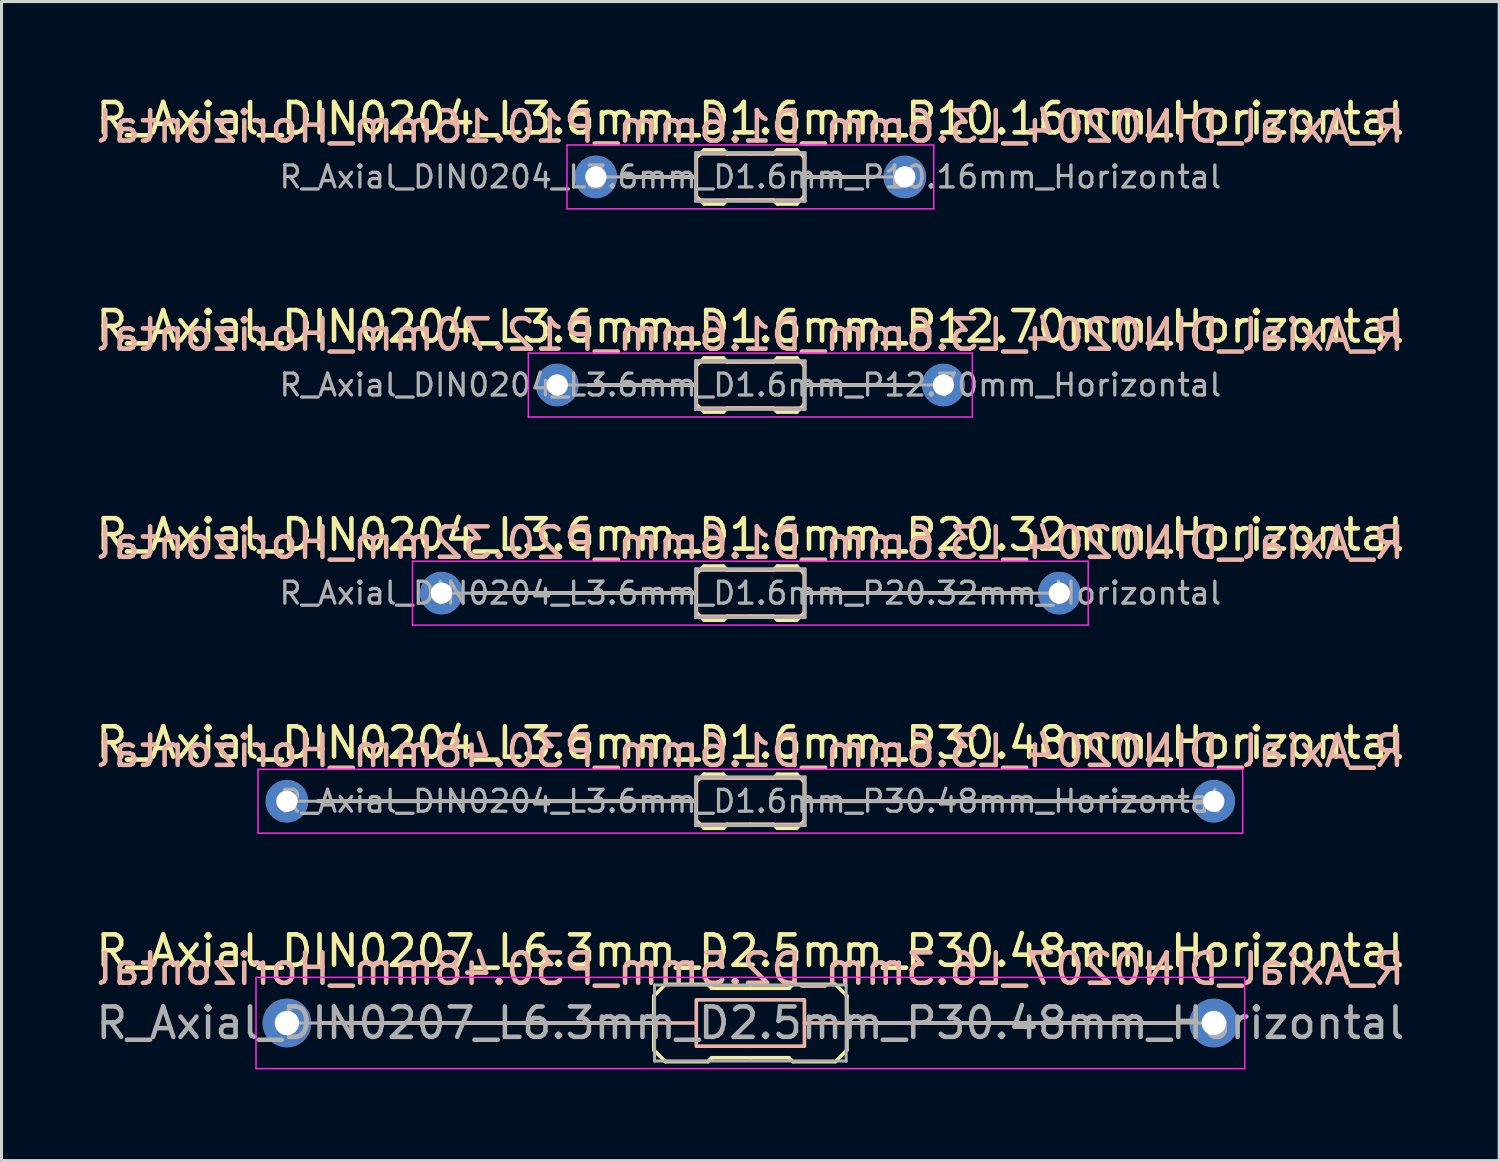
<source format=kicad_pcb>
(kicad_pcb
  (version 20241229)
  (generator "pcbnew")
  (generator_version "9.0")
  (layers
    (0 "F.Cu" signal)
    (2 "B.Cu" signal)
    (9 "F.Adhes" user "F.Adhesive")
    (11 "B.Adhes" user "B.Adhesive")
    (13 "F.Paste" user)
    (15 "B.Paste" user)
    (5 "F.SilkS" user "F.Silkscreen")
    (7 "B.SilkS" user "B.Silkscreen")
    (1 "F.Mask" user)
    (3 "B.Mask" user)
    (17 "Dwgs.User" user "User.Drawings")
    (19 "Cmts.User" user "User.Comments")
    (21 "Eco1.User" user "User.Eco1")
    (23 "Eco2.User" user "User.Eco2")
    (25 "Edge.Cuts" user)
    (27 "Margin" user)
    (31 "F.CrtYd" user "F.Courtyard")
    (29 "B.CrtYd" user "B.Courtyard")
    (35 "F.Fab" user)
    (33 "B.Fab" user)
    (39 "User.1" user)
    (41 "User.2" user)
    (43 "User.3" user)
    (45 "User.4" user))
  (footprint "R_Axial_DIN0204_L3.6mm_D1.6mm_P12.70mm_Horizontal"
    (layer "F.Cu")
    (at 15.275 9.611)
    (property "Reference" "R_Axial_DIN0204_L3.6mm_D1.6mm_P12.70mm_Horizontal" (at 6.35 -1.92 0) (layer "F.SilkS") (effects (font (size 1 1) (thickness 0.15))))
    (fp_line (start 1.016 0) (end 4.43 0) (stroke (width 0.12) (type solid)) (layer "F.SilkS"))
    (fp_line (start 4.43 0) (end 4.572 0) (stroke (width 0.12) (type solid)) (layer "F.SilkS"))
    (fp_line (start 4.572 -0.635) (end 4.826 -0.889) (stroke (width 0.12) (type solid)) (layer "F.SilkS"))
    (fp_line (start 4.572 0.635) (end 4.572 -0.635) (stroke (width 0.12) (type solid)) (layer "F.SilkS"))
    (fp_line (start 4.572 0.635) (end 4.826 0.889) (stroke (width 0.12) (type solid)) (layer "F.SilkS"))
    (fp_line (start 4.826 -0.889) (end 5.461 -0.889) (stroke (width 0.12) (type solid)) (layer "F.SilkS"))
    (fp_line (start 4.826 0.889) (end 5.461 0.889) (stroke (width 0.12) (type solid)) (layer "F.SilkS"))
    (fp_line (start 5.461 -0.889) (end 5.588 -0.762) (stroke (width 0.12) (type solid)) (layer "F.SilkS"))
    (fp_line (start 5.461 0.889) (end 5.588 0.762) (stroke (width 0.12) (type solid)) (layer "F.SilkS"))
    (fp_line (start 5.588 -0.762) (end 6.35 -0.762) (stroke (width 0.12) (type solid)) (layer "F.SilkS"))
    (fp_line (start 5.588 0.762) (end 6.35 0.762) (stroke (width 0.12) (type solid)) (layer "F.SilkS"))
    (fp_line (start 7.112 -0.762) (end 6.35 -0.762) (stroke (width 0.12) (type solid)) (layer "F.SilkS"))
    (fp_line (start 7.112 0.762) (end 6.35 0.762) (stroke (width 0.12) (type solid)) (layer "F.SilkS"))
    (fp_line (start 7.239 -0.889) (end 7.112 -0.762) (stroke (width 0.12) (type solid)) (layer "F.SilkS"))
    (fp_line (start 7.239 0.889) (end 7.112 0.762) (stroke (width 0.12) (type solid)) (layer "F.SilkS"))
    (fp_line (start 7.874 -0.889) (end 7.239 -0.889) (stroke (width 0.12) (type solid)) (layer "F.SilkS"))
    (fp_line (start 7.874 0.889) (end 7.239 0.889) (stroke (width 0.12) (type solid)) (layer "F.SilkS"))
    (fp_line (start 8.128 -0.635) (end 7.874 -0.889) (stroke (width 0.12) (type solid)) (layer "F.SilkS"))
    (fp_line (start 8.128 -0.635) (end 8.128 0.635) (stroke (width 0.12) (type solid)) (layer "F.SilkS"))
    (fp_line (start 8.128 0.635) (end 7.874 0.889) (stroke (width 0.12) (type solid)) (layer "F.SilkS"))
    (fp_line (start 8.255 0) (end 8.128 0) (stroke (width 0.12) (type solid)) (layer "F.SilkS"))
    (fp_line (start 11.684 0) (end 8.27 0) (stroke (width 0.12) (type solid)) (layer "F.SilkS"))
    (fp_line (start 4.572 0) (end 1.016 0) (stroke (width 0.12) (type solid)) (layer "B.SilkS"))
    (fp_line (start 8.128 0) (end 11.684 0) (stroke (width 0.12) (type solid)) (layer "B.SilkS"))
    (fp_rect (start 4.572 -0.762) (end 8.128 0.762) (stroke (width 0.12) (type solid)) (fill no) (layer "B.SilkS"))
    (fp_line (start -0.95 -1.05) (end -0.95 1.05) (stroke (width 0.05) (type solid)) (layer "F.CrtYd"))
    (fp_line (start -0.95 1.05) (end 13.65 1.05) (stroke (width 0.05) (type solid)) (layer "F.CrtYd"))
    (fp_line (start 13.65 -1.05) (end -0.95 -1.05) (stroke (width 0.05) (type solid)) (layer "F.CrtYd"))
    (fp_line (start 13.65 1.05) (end 13.65 -1.05) (stroke (width 0.05) (type solid)) (layer "F.CrtYd"))
    (fp_line (start 0 0) (end 4.572 0) (stroke (width 0.1) (type solid)) (layer "F.Fab"))
    (fp_line (start 4.55 -0.8) (end 4.55 0.8) (stroke (width 0.1) (type solid)) (layer "F.Fab"))
    (fp_line (start 4.55 0.8) (end 8.15 0.8) (stroke (width 0.1) (type solid)) (layer "F.Fab"))
    (fp_line (start 8.15 -0.8) (end 4.55 -0.8) (stroke (width 0.1) (type solid)) (layer "F.Fab"))
    (fp_line (start 8.15 0.8) (end 8.15 -0.8) (stroke (width 0.1) (type solid)) (layer "F.Fab"))
    (fp_line (start 12.7 0) (end 8.15 0) (stroke (width 0.1) (type solid)) (layer "F.Fab"))
    (fp_text user "${REFERENCE}" (at 6.35 -1.651 0) (layer "B.SilkS") (effects (font (size 1 1) (thickness 0.15)) (justify mirror)))
    (fp_text user "${REFERENCE}" (at 6.35 0 0) (layer "F.Fab") (effects (font (size 0.72 0.72) (thickness 0.108))))
    (pad "1" thru_hole circle (at 0 0) (size 1.4 1.4) (drill 0.7) (layers "*.Cu" "*.Mask"))
    (pad "2" thru_hole oval (at 12.7 0) (size 1.4 1.4) (drill 0.7) (layers "*.Cu" "*.Mask")))
  (footprint "R_Axial_DIN0204_L3.6mm_D1.6mm_P10.16mm_Horizontal"
    (layer "F.Cu")
    (at 16.545 2.768)
    (property "Reference" "R_Axial_DIN0204_L3.6mm_D1.6mm_P10.16mm_Horizontal" (at 5.08 -1.92 0) (layer "F.SilkS") (effects (font (size 1 1) (thickness 0.15))))
    (fp_line (start 1.016 0) (end 3.16 0) (stroke (width 0.12) (type solid)) (layer "F.SilkS"))
    (fp_line (start 3.16 0) (end 3.302 0) (stroke (width 0.12) (type solid)) (layer "F.SilkS"))
    (fp_line (start 3.302 -0.635) (end 3.556 -0.889) (stroke (width 0.12) (type solid)) (layer "F.SilkS"))
    (fp_line (start 3.302 0.635) (end 3.302 -0.635) (stroke (width 0.12) (type solid)) (layer "F.SilkS"))
    (fp_line (start 3.302 0.635) (end 3.556 0.889) (stroke (width 0.12) (type solid)) (layer "F.SilkS"))
    (fp_line (start 3.556 -0.889) (end 4.191 -0.889) (stroke (width 0.12) (type solid)) (layer "F.SilkS"))
    (fp_line (start 3.556 0.889) (end 4.191 0.889) (stroke (width 0.12) (type solid)) (layer "F.SilkS"))
    (fp_line (start 4.191 -0.889) (end 4.318 -0.762) (stroke (width 0.12) (type solid)) (layer "F.SilkS"))
    (fp_line (start 4.191 0.889) (end 4.318 0.762) (stroke (width 0.12) (type solid)) (layer "F.SilkS"))
    (fp_line (start 4.318 -0.762) (end 5.08 -0.762) (stroke (width 0.12) (type solid)) (layer "F.SilkS"))
    (fp_line (start 4.318 0.762) (end 5.08 0.762) (stroke (width 0.12) (type solid)) (layer "F.SilkS"))
    (fp_line (start 5.842 -0.762) (end 5.08 -0.762) (stroke (width 0.12) (type solid)) (layer "F.SilkS"))
    (fp_line (start 5.842 0.762) (end 5.08 0.762) (stroke (width 0.12) (type solid)) (layer "F.SilkS"))
    (fp_line (start 5.969 -0.889) (end 5.842 -0.762) (stroke (width 0.12) (type solid)) (layer "F.SilkS"))
    (fp_line (start 5.969 0.889) (end 5.842 0.762) (stroke (width 0.12) (type solid)) (layer "F.SilkS"))
    (fp_line (start 6.604 -0.889) (end 5.969 -0.889) (stroke (width 0.12) (type solid)) (layer "F.SilkS"))
    (fp_line (start 6.604 0.889) (end 5.969 0.889) (stroke (width 0.12) (type solid)) (layer "F.SilkS"))
    (fp_line (start 6.858 -0.635) (end 6.604 -0.889) (stroke (width 0.12) (type solid)) (layer "F.SilkS"))
    (fp_line (start 6.858 -0.635) (end 6.858 0.635) (stroke (width 0.12) (type solid)) (layer "F.SilkS"))
    (fp_line (start 6.858 0.635) (end 6.604 0.889) (stroke (width 0.12) (type solid)) (layer "F.SilkS"))
    (fp_line (start 6.985 0) (end 6.858 0) (stroke (width 0.12) (type solid)) (layer "F.SilkS"))
    (fp_line (start 9.144 0) (end 7 0) (stroke (width 0.12) (type solid)) (layer "F.SilkS"))
    (fp_line (start 3.302 0) (end 1.016 0) (stroke (width 0.12) (type solid)) (layer "B.SilkS"))
    (fp_line (start 6.858 0) (end 9.144 0) (stroke (width 0.12) (type solid)) (layer "B.SilkS"))
    (fp_rect (start 3.302 -0.762) (end 6.858 0.762) (stroke (width 0.12) (type solid)) (fill no) (layer "B.SilkS"))
    (fp_line (start -0.95 -1.05) (end -0.95 1.05) (stroke (width 0.05) (type solid)) (layer "F.CrtYd"))
    (fp_line (start -0.95 1.05) (end 11.11 1.05) (stroke (width 0.05) (type solid)) (layer "F.CrtYd"))
    (fp_line (start 11.11 -1.05) (end -0.95 -1.05) (stroke (width 0.05) (type solid)) (layer "F.CrtYd"))
    (fp_line (start 11.11 1.05) (end 11.11 -1.05) (stroke (width 0.05) (type solid)) (layer "F.CrtYd"))
    (fp_line (start 0 0) (end 3.302 0) (stroke (width 0.1) (type solid)) (layer "F.Fab"))
    (fp_line (start 3.28 -0.8) (end 3.28 0.8) (stroke (width 0.1) (type solid)) (layer "F.Fab"))
    (fp_line (start 3.28 0.8) (end 6.88 0.8) (stroke (width 0.1) (type solid)) (layer "F.Fab"))
    (fp_line (start 6.88 -0.8) (end 3.28 -0.8) (stroke (width 0.1) (type solid)) (layer "F.Fab"))
    (fp_line (start 6.88 0.8) (end 6.88 -0.8) (stroke (width 0.1) (type solid)) (layer "F.Fab"))
    (fp_line (start 10.16 0) (end 6.88 0) (stroke (width 0.1) (type solid)) (layer "F.Fab"))
    (fp_text user "${REFERENCE}" (at 5.08 -1.651 0) (layer "B.SilkS") (effects (font (size 1 1) (thickness 0.15)) (justify mirror)))
    (fp_text user "${REFERENCE}" (at 5.08 0 0) (layer "F.Fab") (effects (font (size 0.72 0.72) (thickness 0.108))))
    (pad "1" thru_hole circle (at 0 0) (size 1.4 1.4) (drill 0.7) (layers "*.Cu" "*.Mask"))
    (pad "2" thru_hole oval (at 10.16 0) (size 1.4 1.4) (drill 0.7) (layers "*.Cu" "*.Mask")))
  (footprint "R_Axial_DIN0204_L3.6mm_D1.6mm_P20.32mm_Horizontal"
    (layer "F.Cu")
    (at 11.465 16.455)
    (property "Reference" "R_Axial_DIN0204_L3.6mm_D1.6mm_P20.32mm_Horizontal" (at 10.16 -1.92 0) (layer "F.SilkS") (effects (font (size 1 1) (thickness 0.15))))
    (fp_line (start 1.016 0) (end 8.24 0) (stroke (width 0.12) (type solid)) (layer "F.SilkS"))
    (fp_line (start 8.24 0) (end 8.382 0) (stroke (width 0.12) (type solid)) (layer "F.SilkS"))
    (fp_line (start 8.382 -0.635) (end 8.636 -0.889) (stroke (width 0.12) (type solid)) (layer "F.SilkS"))
    (fp_line (start 8.382 0.635) (end 8.382 -0.635) (stroke (width 0.12) (type solid)) (layer "F.SilkS"))
    (fp_line (start 8.382 0.635) (end 8.636 0.889) (stroke (width 0.12) (type solid)) (layer "F.SilkS"))
    (fp_line (start 8.636 -0.889) (end 9.271 -0.889) (stroke (width 0.12) (type solid)) (layer "F.SilkS"))
    (fp_line (start 8.636 0.889) (end 9.271 0.889) (stroke (width 0.12) (type solid)) (layer "F.SilkS"))
    (fp_line (start 9.271 -0.889) (end 9.398 -0.762) (stroke (width 0.12) (type solid)) (layer "F.SilkS"))
    (fp_line (start 9.271 0.889) (end 9.398 0.762) (stroke (width 0.12) (type solid)) (layer "F.SilkS"))
    (fp_line (start 9.398 -0.762) (end 10.16 -0.762) (stroke (width 0.12) (type solid)) (layer "F.SilkS"))
    (fp_line (start 9.398 0.762) (end 10.16 0.762) (stroke (width 0.12) (type solid)) (layer "F.SilkS"))
    (fp_line (start 10.922 -0.762) (end 10.16 -0.762) (stroke (width 0.12) (type solid)) (layer "F.SilkS"))
    (fp_line (start 10.922 0.762) (end 10.16 0.762) (stroke (width 0.12) (type solid)) (layer "F.SilkS"))
    (fp_line (start 11.049 -0.889) (end 10.922 -0.762) (stroke (width 0.12) (type solid)) (layer "F.SilkS"))
    (fp_line (start 11.049 0.889) (end 10.922 0.762) (stroke (width 0.12) (type solid)) (layer "F.SilkS"))
    (fp_line (start 11.684 -0.889) (end 11.049 -0.889) (stroke (width 0.12) (type solid)) (layer "F.SilkS"))
    (fp_line (start 11.684 0.889) (end 11.049 0.889) (stroke (width 0.12) (type solid)) (layer "F.SilkS"))
    (fp_line (start 11.938 -0.635) (end 11.684 -0.889) (stroke (width 0.12) (type solid)) (layer "F.SilkS"))
    (fp_line (start 11.938 -0.635) (end 11.938 0.635) (stroke (width 0.12) (type solid)) (layer "F.SilkS"))
    (fp_line (start 11.938 0.635) (end 11.684 0.889) (stroke (width 0.12) (type solid)) (layer "F.SilkS"))
    (fp_line (start 12.065 0) (end 11.938 0) (stroke (width 0.12) (type solid)) (layer "F.SilkS"))
    (fp_line (start 19.304 0) (end 12.08 0) (stroke (width 0.12) (type solid)) (layer "F.SilkS"))
    (fp_line (start 8.382 0) (end 1.016 0) (stroke (width 0.12) (type solid)) (layer "B.SilkS"))
    (fp_line (start 11.938 0) (end 19.304 0) (stroke (width 0.12) (type solid)) (layer "B.SilkS"))
    (fp_rect (start 8.382 -0.762) (end 11.938 0.762) (stroke (width 0.12) (type solid)) (fill no) (layer "B.SilkS"))
    (fp_line (start -0.95 -1.05) (end -0.95 1.05) (stroke (width 0.05) (type solid)) (layer "F.CrtYd"))
    (fp_line (start -0.95 1.05) (end 21.27 1.05) (stroke (width 0.05) (type solid)) (layer "F.CrtYd"))
    (fp_line (start 21.27 -1.05) (end -0.95 -1.05) (stroke (width 0.05) (type solid)) (layer "F.CrtYd"))
    (fp_line (start 21.27 1.05) (end 21.27 -1.05) (stroke (width 0.05) (type solid)) (layer "F.CrtYd"))
    (fp_line (start 0 0) (end 8.382 0) (stroke (width 0.1) (type solid)) (layer "F.Fab"))
    (fp_line (start 8.36 -0.8) (end 8.36 0.8) (stroke (width 0.1) (type solid)) (layer "F.Fab"))
    (fp_line (start 8.36 0.8) (end 11.96 0.8) (stroke (width 0.1) (type solid)) (layer "F.Fab"))
    (fp_line (start 11.96 -0.8) (end 8.36 -0.8) (stroke (width 0.1) (type solid)) (layer "F.Fab"))
    (fp_line (start 11.96 0.8) (end 11.96 -0.8) (stroke (width 0.1) (type solid)) (layer "F.Fab"))
    (fp_line (start 20.32 0) (end 11.96 0) (stroke (width 0.1) (type solid)) (layer "F.Fab"))
    (fp_text user "${REFERENCE}" (at 10.16 -1.651 0) (layer "B.SilkS") (effects (font (size 1 1) (thickness 0.15)) (justify mirror)))
    (fp_text user "${REFERENCE}" (at 10.16 0 0) (layer "F.Fab") (effects (font (size 0.72 0.72) (thickness 0.108))))
    (pad "1" thru_hole circle (at 0 0) (size 1.4 1.4) (drill 0.7) (layers "*.Cu" "*.Mask"))
    (pad "2" thru_hole oval (at 20.32 0) (size 1.4 1.4) (drill 0.7) (layers "*.Cu" "*.Mask")))
  (footprint "R_Axial_DIN0207_L6.3mm_D2.5mm_P30.48mm_Horizontal"
    (layer "F.Cu")
    (at 14.005 30.591)
    (property "Reference" "R_Axial_DIN0207_L6.3mm_D2.5mm_P30.48mm_Horizontal" (at 7.62 -2.37 0) (layer "F.SilkS") (effects (font (size 1 1) (thickness 0.15))))
    (fp_line (start 4.445 -0.889) (end 4.445 0.889) (stroke (width 0.12) (type solid)) (layer "F.SilkS"))
    (fp_line (start 4.445 -0.889) (end 4.826 -1.27) (stroke (width 0.12) (type solid)) (layer "F.SilkS"))
    (fp_line (start 4.445 0) (end -6.477 0) (stroke (width 0.12) (type solid)) (layer "F.SilkS"))
    (fp_line (start 4.445 0.889) (end 4.826 1.27) (stroke (width 0.12) (type solid)) (layer "F.SilkS"))
    (fp_line (start 4.826 -1.27) (end 6.223 -1.27) (stroke (width 0.12) (type solid)) (layer "F.SilkS"))
    (fp_line (start 4.826 1.27) (end 6.223 1.27) (stroke (width 0.12) (type solid)) (layer "F.SilkS"))
    (fp_line (start 6.223 -1.27) (end 6.35 -1.143) (stroke (width 0.12) (type solid)) (layer "F.SilkS"))
    (fp_line (start 6.223 1.27) (end 6.35 1.143) (stroke (width 0.12) (type solid)) (layer "F.SilkS"))
    (fp_line (start 6.35 -1.143) (end 7.62 -1.143) (stroke (width 0.12) (type solid)) (layer "F.SilkS"))
    (fp_line (start 6.35 1.143) (end 7.62 1.143) (stroke (width 0.12) (type solid)) (layer "F.SilkS"))
    (fp_line (start 8.89 -1.143) (end 7.62 -1.143) (stroke (width 0.12) (type solid)) (layer "F.SilkS"))
    (fp_line (start 8.89 1.143) (end 7.62 1.143) (stroke (width 0.12) (type solid)) (layer "F.SilkS"))
    (fp_line (start 9.017 -1.27) (end 8.89 -1.143) (stroke (width 0.12) (type solid)) (layer "F.SilkS"))
    (fp_line (start 9.017 1.27) (end 8.89 1.143) (stroke (width 0.12) (type solid)) (layer "F.SilkS"))
    (fp_line (start 10.414 -1.27) (end 9.017 -1.27) (stroke (width 0.12) (type solid)) (layer "F.SilkS"))
    (fp_line (start 10.414 1.27) (end 9.017 1.27) (stroke (width 0.12) (type solid)) (layer "F.SilkS"))
    (fp_line (start 10.795 -0.889) (end 10.414 -1.27) (stroke (width 0.12) (type solid)) (layer "F.SilkS"))
    (fp_line (start 10.795 -0.889) (end 10.795 0.889) (stroke (width 0.12) (type solid)) (layer "F.SilkS"))
    (fp_line (start 10.795 0) (end 21.717 0) (stroke (width 0.12) (type solid)) (layer "F.SilkS"))
    (fp_line (start 10.795 0.889) (end 10.414 1.27) (stroke (width 0.12) (type solid)) (layer "F.SilkS"))
    (fp_line (start 5.842 0) (end -6.477 0) (stroke (width 0.12) (type solid)) (layer "B.SilkS"))
    (fp_line (start 9.398 0) (end 21.717 0) (stroke (width 0.12) (type solid)) (layer "B.SilkS"))
    (fp_rect (start 5.842 -0.762) (end 9.398 0.762) (stroke (width 0.12) (type solid)) (fill no) (layer "B.SilkS"))
    (fp_line (start -8.636 -1.5) (end -8.636 1.5) (stroke (width 0.05) (type solid)) (layer "F.CrtYd"))
    (fp_line (start -8.636 1.5) (end 23.876 1.5) (stroke (width 0.05) (type solid)) (layer "F.CrtYd"))
    (fp_line (start 23.876 -1.5) (end -8.636 -1.5) (stroke (width 0.05) (type solid)) (layer "F.CrtYd"))
    (fp_line (start 23.876 1.5) (end 23.876 -1.5) (stroke (width 0.05) (type solid)) (layer "F.CrtYd"))
    (fp_line (start -7.62 0) (end 4.47 0) (stroke (width 0.1) (type solid)) (layer "F.Fab"))
    (fp_line (start 4.47 -1.25) (end 4.47 1.25) (stroke (width 0.1) (type solid)) (layer "F.Fab"))
    (fp_line (start 4.47 1.25) (end 10.77 1.25) (stroke (width 0.1) (type solid)) (layer "F.Fab"))
    (fp_line (start 10.77 -1.25) (end 4.47 -1.25) (stroke (width 0.1) (type solid)) (layer "F.Fab"))
    (fp_line (start 10.77 1.25) (end 10.77 -1.25) (stroke (width 0.1) (type solid)) (layer "F.Fab"))
    (fp_line (start 22.86 0) (end 10.77 0) (stroke (width 0.1) (type solid)) (layer "F.Fab"))
    (fp_text user "${REFERENCE}" (at 7.62 -1.778 0) (layer "B.SilkS") (effects (font (size 1 1) (thickness 0.15)) (justify mirror)))
    (fp_text user "${REFERENCE}" (at 7.62 0 0) (layer "F.Fab") (effects (font (size 1 1) (thickness 0.15))))
    (pad "1" thru_hole circle (at -7.62 0) (size 1.6 1.6) (drill 0.8) (layers "*.Cu" "*.Mask"))
    (pad "2" thru_hole oval (at 22.86 0) (size 1.6 1.6) (drill 0.8) (layers "*.Cu" "*.Mask")))
  (footprint "R_Axial_DIN0204_L3.6mm_D1.6mm_P30.48mm_Horizontal"
    (layer "F.Cu")
    (at 6.385 23.298)
    (property "Reference" "R_Axial_DIN0204_L3.6mm_D1.6mm_P30.48mm_Horizontal" (at 15.24 -1.92 0) (layer "F.SilkS") (effects (font (size 1 1) (thickness 0.15))))
    (fp_line (start 1.016 0) (end 13.32 0) (stroke (width 0.12) (type solid)) (layer "F.SilkS"))
    (fp_line (start 13.32 0) (end 13.462 0) (stroke (width 0.12) (type solid)) (layer "F.SilkS"))
    (fp_line (start 13.462 -0.635) (end 13.716 -0.889) (stroke (width 0.12) (type solid)) (layer "F.SilkS"))
    (fp_line (start 13.462 0.635) (end 13.462 -0.635) (stroke (width 0.12) (type solid)) (layer "F.SilkS"))
    (fp_line (start 13.462 0.635) (end 13.716 0.889) (stroke (width 0.12) (type solid)) (layer "F.SilkS"))
    (fp_line (start 13.716 -0.889) (end 14.351 -0.889) (stroke (width 0.12) (type solid)) (layer "F.SilkS"))
    (fp_line (start 13.716 0.889) (end 14.351 0.889) (stroke (width 0.12) (type solid)) (layer "F.SilkS"))
    (fp_line (start 14.351 -0.889) (end 14.478 -0.762) (stroke (width 0.12) (type solid)) (layer "F.SilkS"))
    (fp_line (start 14.351 0.889) (end 14.478 0.762) (stroke (width 0.12) (type solid)) (layer "F.SilkS"))
    (fp_line (start 14.478 -0.762) (end 15.24 -0.762) (stroke (width 0.12) (type solid)) (layer "F.SilkS"))
    (fp_line (start 14.478 0.762) (end 15.24 0.762) (stroke (width 0.12) (type solid)) (layer "F.SilkS"))
    (fp_line (start 16.002 -0.762) (end 15.24 -0.762) (stroke (width 0.12) (type solid)) (layer "F.SilkS"))
    (fp_line (start 16.002 0.762) (end 15.24 0.762) (stroke (width 0.12) (type solid)) (layer "F.SilkS"))
    (fp_line (start 16.129 -0.889) (end 16.002 -0.762) (stroke (width 0.12) (type solid)) (layer "F.SilkS"))
    (fp_line (start 16.129 0.889) (end 16.002 0.762) (stroke (width 0.12) (type solid)) (layer "F.SilkS"))
    (fp_line (start 16.764 -0.889) (end 16.129 -0.889) (stroke (width 0.12) (type solid)) (layer "F.SilkS"))
    (fp_line (start 16.764 0.889) (end 16.129 0.889) (stroke (width 0.12) (type solid)) (layer "F.SilkS"))
    (fp_line (start 17.018 -0.635) (end 16.764 -0.889) (stroke (width 0.12) (type solid)) (layer "F.SilkS"))
    (fp_line (start 17.018 -0.635) (end 17.018 0.635) (stroke (width 0.12) (type solid)) (layer "F.SilkS"))
    (fp_line (start 17.018 0.635) (end 16.764 0.889) (stroke (width 0.12) (type solid)) (layer "F.SilkS"))
    (fp_line (start 17.145 0) (end 17.018 0) (stroke (width 0.12) (type solid)) (layer "F.SilkS"))
    (fp_line (start 29.464 0) (end 17.16 0) (stroke (width 0.12) (type solid)) (layer "F.SilkS"))
    (fp_line (start 13.462 0) (end 1.016 0) (stroke (width 0.12) (type solid)) (layer "B.SilkS"))
    (fp_line (start 17.018 0) (end 29.464 0) (stroke (width 0.12) (type solid)) (layer "B.SilkS"))
    (fp_rect (start 13.462 -0.762) (end 17.018 0.762) (stroke (width 0.12) (type solid)) (fill no) (layer "B.SilkS"))
    (fp_line (start -0.95 -1.05) (end -0.95 1.05) (stroke (width 0.05) (type solid)) (layer "F.CrtYd"))
    (fp_line (start -0.95 1.05) (end 31.43 1.05) (stroke (width 0.05) (type solid)) (layer "F.CrtYd"))
    (fp_line (start 31.43 -1.05) (end -0.95 -1.05) (stroke (width 0.05) (type solid)) (layer "F.CrtYd"))
    (fp_line (start 31.43 1.05) (end 31.43 -1.05) (stroke (width 0.05) (type solid)) (layer "F.CrtYd"))
    (fp_line (start 0 0) (end 13.462 0) (stroke (width 0.1) (type solid)) (layer "F.Fab"))
    (fp_line (start 13.44 -0.8) (end 13.44 0.8) (stroke (width 0.1) (type solid)) (layer "F.Fab"))
    (fp_line (start 13.44 0.8) (end 17.04 0.8) (stroke (width 0.1) (type solid)) (layer "F.Fab"))
    (fp_line (start 17.04 -0.8) (end 13.44 -0.8) (stroke (width 0.1) (type solid)) (layer "F.Fab"))
    (fp_line (start 17.04 0.8) (end 17.04 -0.8) (stroke (width 0.1) (type solid)) (layer "F.Fab"))
    (fp_line (start 30.48 0) (end 17.04 0) (stroke (width 0.1) (type solid)) (layer "F.Fab"))
    (fp_text user "${REFERENCE}" (at 15.24 -1.651 0) (layer "B.SilkS") (effects (font (size 1 1) (thickness 0.15)) (justify mirror)))
    (fp_text user "${REFERENCE}" (at 15.24 0 0) (layer "F.Fab") (effects (font (size 0.72 0.72) (thickness 0.108))))
    (pad "1" thru_hole circle (at 0 0) (size 1.4 1.4) (drill 0.7) (layers "*.Cu" "*.Mask"))
    (pad "2" thru_hole oval (at 30.48 0) (size 1.4 1.4) (drill 0.7) (layers "*.Cu" "*.Mask")))
  (gr_rect
    (start -3 -3)
    (end 46.25 35.116)
    (stroke (width 0.1) (type default))
    (fill no)
    (layer "Edge.Cuts")))
</source>
